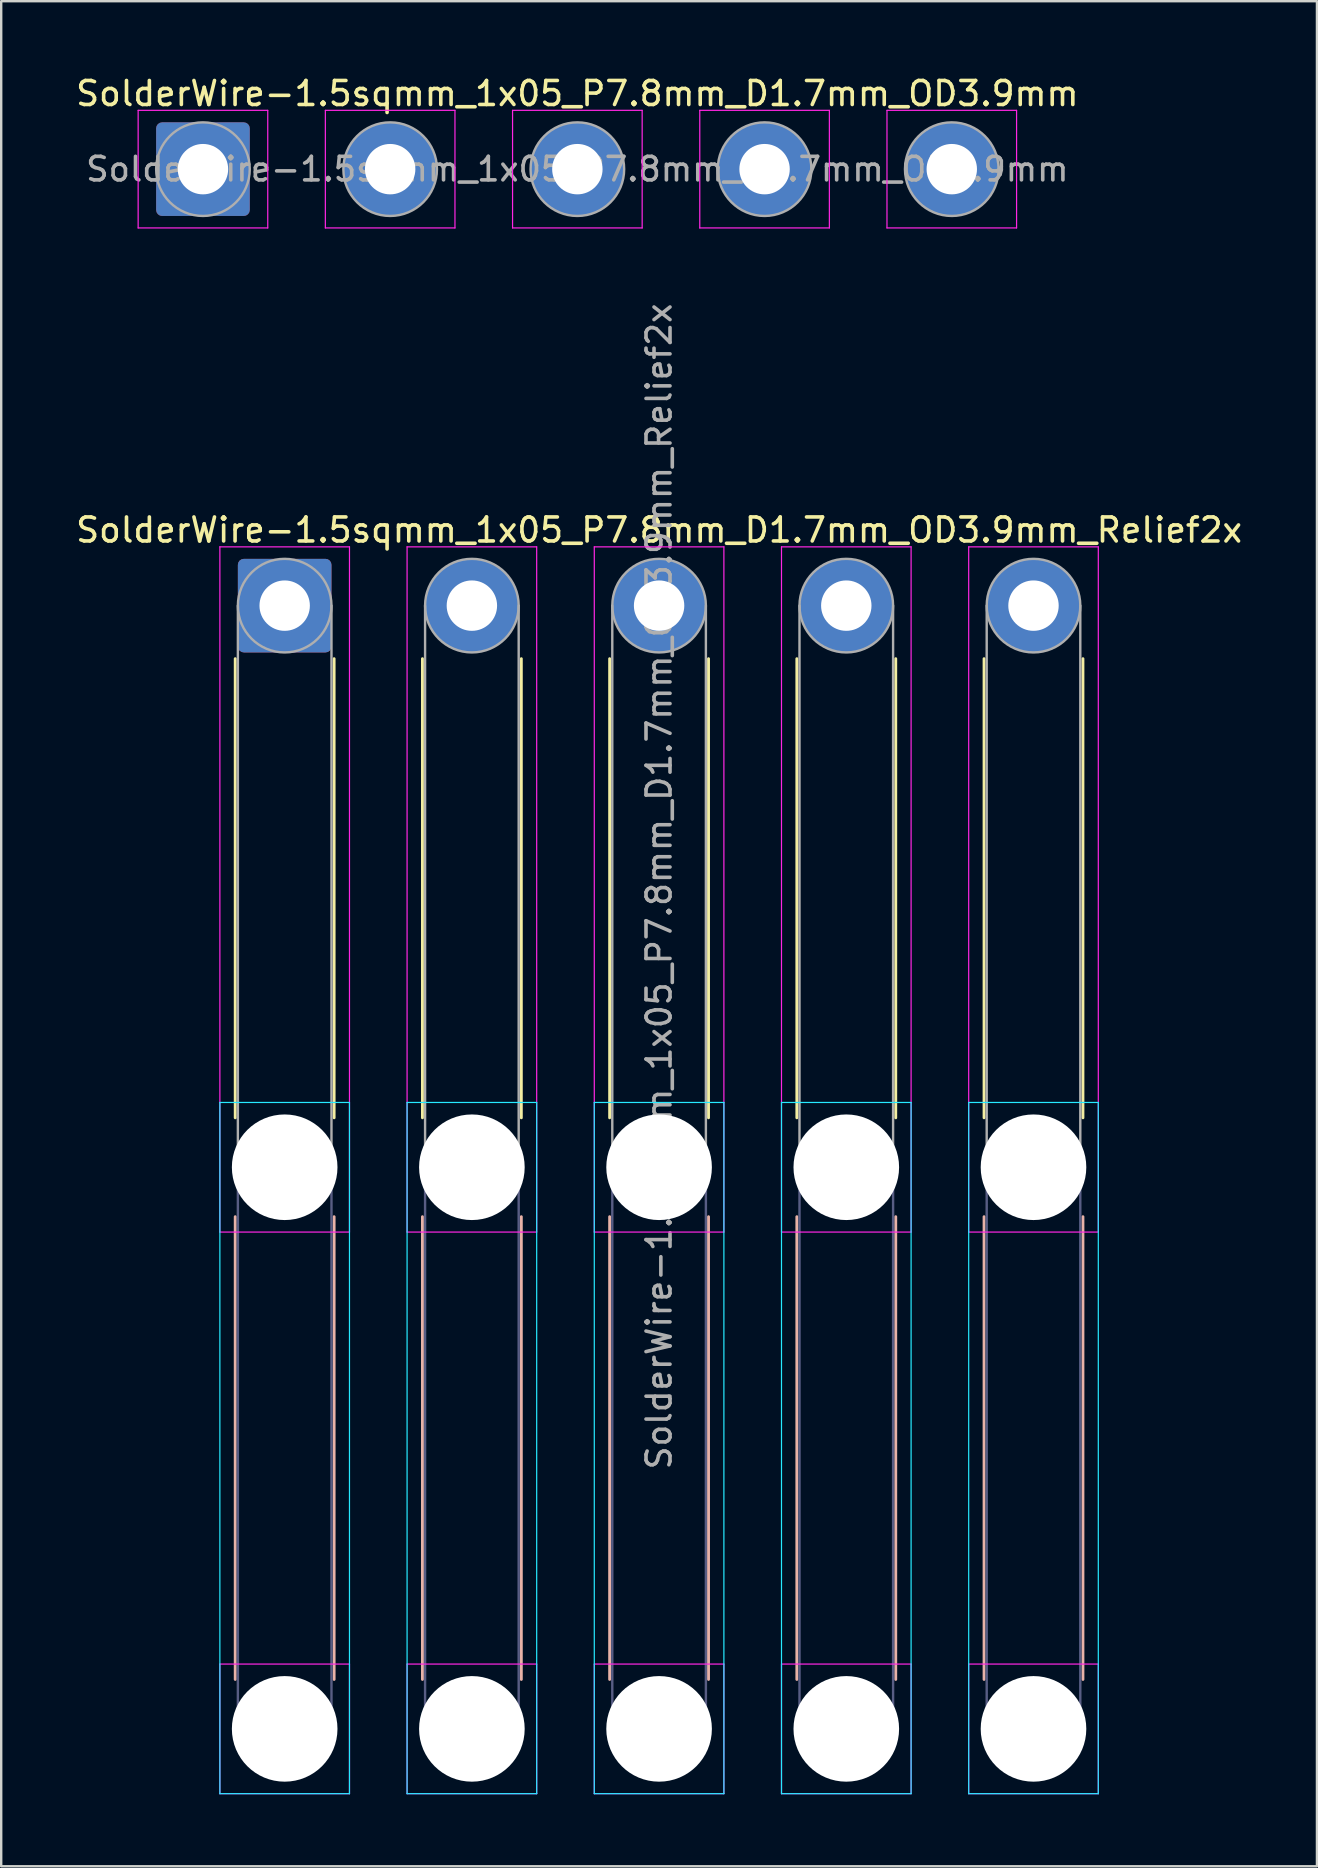
<source format=kicad_pcb>
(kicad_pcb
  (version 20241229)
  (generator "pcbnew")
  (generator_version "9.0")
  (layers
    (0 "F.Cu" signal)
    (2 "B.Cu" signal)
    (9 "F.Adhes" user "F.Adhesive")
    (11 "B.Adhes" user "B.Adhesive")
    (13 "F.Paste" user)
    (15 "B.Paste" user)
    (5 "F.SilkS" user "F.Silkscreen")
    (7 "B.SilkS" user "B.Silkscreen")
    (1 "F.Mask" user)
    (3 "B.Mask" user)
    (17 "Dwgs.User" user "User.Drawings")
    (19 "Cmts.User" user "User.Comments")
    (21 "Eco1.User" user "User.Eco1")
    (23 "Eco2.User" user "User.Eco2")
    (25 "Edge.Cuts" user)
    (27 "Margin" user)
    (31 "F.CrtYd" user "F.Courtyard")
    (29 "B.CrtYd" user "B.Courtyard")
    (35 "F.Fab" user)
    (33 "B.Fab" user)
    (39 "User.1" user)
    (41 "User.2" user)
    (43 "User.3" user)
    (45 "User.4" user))
  (footprint "SolderWire-1.5sqmm_1x05_P7.8mm_D1.7mm_OD3.9mm_Relief2x"
    (layer "F.Cu")
    (at 8.811 22.184)
    (property "Reference" "SolderWire-1.5sqmm_1x05_P7.8mm_D1.7mm_OD3.9mm_Relief2x" (at 15.6 -3.15 0) (layer "F.SilkS") (effects (font (size 1 1) (thickness 0.15))))
    (attr exclude_from_pos_files exclude_from_bom)
    (fp_line (start -2.06 2.21) (end -2.06 21.34) (stroke (width 0.12) (type solid)) (layer "F.SilkS"))
    (fp_line (start 2.06 2.21) (end 2.06 21.34) (stroke (width 0.12) (type solid)) (layer "F.SilkS"))
    (fp_line (start 5.74 2.21) (end 5.74 21.34) (stroke (width 0.12) (type solid)) (layer "F.SilkS"))
    (fp_line (start 9.86 2.21) (end 9.86 21.34) (stroke (width 0.12) (type solid)) (layer "F.SilkS"))
    (fp_line (start 13.54 2.21) (end 13.54 21.34) (stroke (width 0.12) (type solid)) (layer "F.SilkS"))
    (fp_line (start 17.66 2.21) (end 17.66 21.34) (stroke (width 0.12) (type solid)) (layer "F.SilkS"))
    (fp_line (start 21.34 2.21) (end 21.34 21.34) (stroke (width 0.12) (type solid)) (layer "F.SilkS"))
    (fp_line (start 25.46 2.21) (end 25.46 21.34) (stroke (width 0.12) (type solid)) (layer "F.SilkS"))
    (fp_line (start 29.14 2.21) (end 29.14 21.34) (stroke (width 0.12) (type solid)) (layer "F.SilkS"))
    (fp_line (start 33.26 2.21) (end 33.26 21.34) (stroke (width 0.12) (type solid)) (layer "F.SilkS"))
    (fp_line (start -2.06 25.46) (end -2.06 44.74) (stroke (width 0.12) (type solid)) (layer "B.SilkS"))
    (fp_line (start 2.06 25.46) (end 2.06 44.74) (stroke (width 0.12) (type solid)) (layer "B.SilkS"))
    (fp_line (start 5.74 25.46) (end 5.74 44.74) (stroke (width 0.12) (type solid)) (layer "B.SilkS"))
    (fp_line (start 9.86 25.46) (end 9.86 44.74) (stroke (width 0.12) (type solid)) (layer "B.SilkS"))
    (fp_line (start 13.54 25.46) (end 13.54 44.74) (stroke (width 0.12) (type solid)) (layer "B.SilkS"))
    (fp_line (start 17.66 25.46) (end 17.66 44.74) (stroke (width 0.12) (type solid)) (layer "B.SilkS"))
    (fp_line (start 21.34 25.46) (end 21.34 44.74) (stroke (width 0.12) (type solid)) (layer "B.SilkS"))
    (fp_line (start 25.46 25.46) (end 25.46 44.74) (stroke (width 0.12) (type solid)) (layer "B.SilkS"))
    (fp_line (start 29.14 25.46) (end 29.14 44.74) (stroke (width 0.12) (type solid)) (layer "B.SilkS"))
    (fp_line (start 33.26 25.46) (end 33.26 44.74) (stroke (width 0.12) (type solid)) (layer "B.SilkS"))
    (fp_line (start -2.7 20.7) (end -2.7 49.5) (stroke (width 0.05) (type solid)) (layer "B.CrtYd"))
    (fp_line (start -2.7 49.5) (end 2.7 49.5) (stroke (width 0.05) (type solid)) (layer "B.CrtYd"))
    (fp_line (start 2.7 20.7) (end -2.7 20.7) (stroke (width 0.05) (type solid)) (layer "B.CrtYd"))
    (fp_line (start 2.7 49.5) (end 2.7 20.7) (stroke (width 0.05) (type solid)) (layer "B.CrtYd"))
    (fp_line (start 5.1 20.7) (end 5.1 49.5) (stroke (width 0.05) (type solid)) (layer "B.CrtYd"))
    (fp_line (start 5.1 49.5) (end 10.5 49.5) (stroke (width 0.05) (type solid)) (layer "B.CrtYd"))
    (fp_line (start 10.5 20.7) (end 5.1 20.7) (stroke (width 0.05) (type solid)) (layer "B.CrtYd"))
    (fp_line (start 10.5 49.5) (end 10.5 20.7) (stroke (width 0.05) (type solid)) (layer "B.CrtYd"))
    (fp_line (start 12.9 20.7) (end 12.9 49.5) (stroke (width 0.05) (type solid)) (layer "B.CrtYd"))
    (fp_line (start 12.9 49.5) (end 18.3 49.5) (stroke (width 0.05) (type solid)) (layer "B.CrtYd"))
    (fp_line (start 18.3 20.7) (end 12.9 20.7) (stroke (width 0.05) (type solid)) (layer "B.CrtYd"))
    (fp_line (start 18.3 49.5) (end 18.3 20.7) (stroke (width 0.05) (type solid)) (layer "B.CrtYd"))
    (fp_line (start 20.7 20.7) (end 20.7 49.5) (stroke (width 0.05) (type solid)) (layer "B.CrtYd"))
    (fp_line (start 20.7 49.5) (end 26.1 49.5) (stroke (width 0.05) (type solid)) (layer "B.CrtYd"))
    (fp_line (start 26.1 20.7) (end 20.7 20.7) (stroke (width 0.05) (type solid)) (layer "B.CrtYd"))
    (fp_line (start 26.1 49.5) (end 26.1 20.7) (stroke (width 0.05) (type solid)) (layer "B.CrtYd"))
    (fp_line (start 28.5 20.7) (end 28.5 49.5) (stroke (width 0.05) (type solid)) (layer "B.CrtYd"))
    (fp_line (start 28.5 49.5) (end 33.9 49.5) (stroke (width 0.05) (type solid)) (layer "B.CrtYd"))
    (fp_line (start 33.9 20.7) (end 28.5 20.7) (stroke (width 0.05) (type solid)) (layer "B.CrtYd"))
    (fp_line (start 33.9 49.5) (end 33.9 20.7) (stroke (width 0.05) (type solid)) (layer "B.CrtYd"))
    (fp_line (start -2.7 -2.45) (end -2.7 26.1) (stroke (width 0.05) (type solid)) (layer "F.CrtYd"))
    (fp_line (start -2.7 26.1) (end 2.7 26.1) (stroke (width 0.05) (type solid)) (layer "F.CrtYd"))
    (fp_line (start -2.7 44.1) (end -2.7 49.5) (stroke (width 0.05) (type solid)) (layer "F.CrtYd"))
    (fp_line (start -2.7 49.5) (end 2.7 49.5) (stroke (width 0.05) (type solid)) (layer "F.CrtYd"))
    (fp_line (start 2.7 -2.45) (end -2.7 -2.45) (stroke (width 0.05) (type solid)) (layer "F.CrtYd"))
    (fp_line (start 2.7 26.1) (end 2.7 -2.45) (stroke (width 0.05) (type solid)) (layer "F.CrtYd"))
    (fp_line (start 2.7 44.1) (end -2.7 44.1) (stroke (width 0.05) (type solid)) (layer "F.CrtYd"))
    (fp_line (start 2.7 49.5) (end 2.7 44.1) (stroke (width 0.05) (type solid)) (layer "F.CrtYd"))
    (fp_line (start 5.1 -2.45) (end 5.1 26.1) (stroke (width 0.05) (type solid)) (layer "F.CrtYd"))
    (fp_line (start 5.1 26.1) (end 10.5 26.1) (stroke (width 0.05) (type solid)) (layer "F.CrtYd"))
    (fp_line (start 5.1 44.1) (end 5.1 49.5) (stroke (width 0.05) (type solid)) (layer "F.CrtYd"))
    (fp_line (start 5.1 49.5) (end 10.5 49.5) (stroke (width 0.05) (type solid)) (layer "F.CrtYd"))
    (fp_line (start 10.5 -2.45) (end 5.1 -2.45) (stroke (width 0.05) (type solid)) (layer "F.CrtYd"))
    (fp_line (start 10.5 26.1) (end 10.5 -2.45) (stroke (width 0.05) (type solid)) (layer "F.CrtYd"))
    (fp_line (start 10.5 44.1) (end 5.1 44.1) (stroke (width 0.05) (type solid)) (layer "F.CrtYd"))
    (fp_line (start 10.5 49.5) (end 10.5 44.1) (stroke (width 0.05) (type solid)) (layer "F.CrtYd"))
    (fp_line (start 12.9 -2.45) (end 12.9 26.1) (stroke (width 0.05) (type solid)) (layer "F.CrtYd"))
    (fp_line (start 12.9 26.1) (end 18.3 26.1) (stroke (width 0.05) (type solid)) (layer "F.CrtYd"))
    (fp_line (start 12.9 44.1) (end 12.9 49.5) (stroke (width 0.05) (type solid)) (layer "F.CrtYd"))
    (fp_line (start 12.9 49.5) (end 18.3 49.5) (stroke (width 0.05) (type solid)) (layer "F.CrtYd"))
    (fp_line (start 18.3 -2.45) (end 12.9 -2.45) (stroke (width 0.05) (type solid)) (layer "F.CrtYd"))
    (fp_line (start 18.3 26.1) (end 18.3 -2.45) (stroke (width 0.05) (type solid)) (layer "F.CrtYd"))
    (fp_line (start 18.3 44.1) (end 12.9 44.1) (stroke (width 0.05) (type solid)) (layer "F.CrtYd"))
    (fp_line (start 18.3 49.5) (end 18.3 44.1) (stroke (width 0.05) (type solid)) (layer "F.CrtYd"))
    (fp_line (start 20.7 -2.45) (end 20.7 26.1) (stroke (width 0.05) (type solid)) (layer "F.CrtYd"))
    (fp_line (start 20.7 26.1) (end 26.1 26.1) (stroke (width 0.05) (type solid)) (layer "F.CrtYd"))
    (fp_line (start 20.7 44.1) (end 20.7 49.5) (stroke (width 0.05) (type solid)) (layer "F.CrtYd"))
    (fp_line (start 20.7 49.5) (end 26.1 49.5) (stroke (width 0.05) (type solid)) (layer "F.CrtYd"))
    (fp_line (start 26.1 -2.45) (end 20.7 -2.45) (stroke (width 0.05) (type solid)) (layer "F.CrtYd"))
    (fp_line (start 26.1 26.1) (end 26.1 -2.45) (stroke (width 0.05) (type solid)) (layer "F.CrtYd"))
    (fp_line (start 26.1 44.1) (end 20.7 44.1) (stroke (width 0.05) (type solid)) (layer "F.CrtYd"))
    (fp_line (start 26.1 49.5) (end 26.1 44.1) (stroke (width 0.05) (type solid)) (layer "F.CrtYd"))
    (fp_line (start 28.5 -2.45) (end 28.5 26.1) (stroke (width 0.05) (type solid)) (layer "F.CrtYd"))
    (fp_line (start 28.5 26.1) (end 33.9 26.1) (stroke (width 0.05) (type solid)) (layer "F.CrtYd"))
    (fp_line (start 28.5 44.1) (end 28.5 49.5) (stroke (width 0.05) (type solid)) (layer "F.CrtYd"))
    (fp_line (start 28.5 49.5) (end 33.9 49.5) (stroke (width 0.05) (type solid)) (layer "F.CrtYd"))
    (fp_line (start 33.9 -2.45) (end 28.5 -2.45) (stroke (width 0.05) (type solid)) (layer "F.CrtYd"))
    (fp_line (start 33.9 26.1) (end 33.9 -2.45) (stroke (width 0.05) (type solid)) (layer "F.CrtYd"))
    (fp_line (start 33.9 44.1) (end 28.5 44.1) (stroke (width 0.05) (type solid)) (layer "F.CrtYd"))
    (fp_line (start 33.9 49.5) (end 33.9 44.1) (stroke (width 0.05) (type solid)) (layer "F.CrtYd"))
    (fp_line (start -1.95 23.4) (end -1.95 46.8) (stroke (width 0.1) (type solid)) (layer "B.Fab"))
    (fp_line (start 1.95 23.4) (end 1.95 46.8) (stroke (width 0.1) (type solid)) (layer "B.Fab"))
    (fp_line (start 5.85 23.4) (end 5.85 46.8) (stroke (width 0.1) (type solid)) (layer "B.Fab"))
    (fp_line (start 9.75 23.4) (end 9.75 46.8) (stroke (width 0.1) (type solid)) (layer "B.Fab"))
    (fp_line (start 13.65 23.4) (end 13.65 46.8) (stroke (width 0.1) (type solid)) (layer "B.Fab"))
    (fp_line (start 17.55 23.4) (end 17.55 46.8) (stroke (width 0.1) (type solid)) (layer "B.Fab"))
    (fp_line (start 21.45 23.4) (end 21.45 46.8) (stroke (width 0.1) (type solid)) (layer "B.Fab"))
    (fp_line (start 25.35 23.4) (end 25.35 46.8) (stroke (width 0.1) (type solid)) (layer "B.Fab"))
    (fp_line (start 29.25 23.4) (end 29.25 46.8) (stroke (width 0.1) (type solid)) (layer "B.Fab"))
    (fp_line (start 33.15 23.4) (end 33.15 46.8) (stroke (width 0.1) (type solid)) (layer "B.Fab"))
    (fp_circle (center 0 23.4) (end 1.95 23.4) (stroke (width 0.1) (type solid)) (fill no) (layer "B.Fab"))
    (fp_circle (center 0 46.8) (end 1.95 46.8) (stroke (width 0.1) (type solid)) (fill no) (layer "B.Fab"))
    (fp_circle (center 7.8 23.4) (end 9.75 23.4) (stroke (width 0.1) (type solid)) (fill no) (layer "B.Fab"))
    (fp_circle (center 7.8 46.8) (end 9.75 46.8) (stroke (width 0.1) (type solid)) (fill no) (layer "B.Fab"))
    (fp_circle (center 15.6 23.4) (end 17.55 23.4) (stroke (width 0.1) (type solid)) (fill no) (layer "B.Fab"))
    (fp_circle (center 15.6 46.8) (end 17.55 46.8) (stroke (width 0.1) (type solid)) (fill no) (layer "B.Fab"))
    (fp_circle (center 23.4 23.4) (end 25.35 23.4) (stroke (width 0.1) (type solid)) (fill no) (layer "B.Fab"))
    (fp_circle (center 23.4 46.8) (end 25.35 46.8) (stroke (width 0.1) (type solid)) (fill no) (layer "B.Fab"))
    (fp_circle (center 31.2 23.4) (end 33.15 23.4) (stroke (width 0.1) (type solid)) (fill no) (layer "B.Fab"))
    (fp_circle (center 31.2 46.8) (end 33.15 46.8) (stroke (width 0.1) (type solid)) (fill no) (layer "B.Fab"))
    (fp_line (start -1.95 0) (end -1.95 23.4) (stroke (width 0.1) (type solid)) (layer "F.Fab"))
    (fp_line (start 1.95 0) (end 1.95 23.4) (stroke (width 0.1) (type solid)) (layer "F.Fab"))
    (fp_line (start 5.85 0) (end 5.85 23.4) (stroke (width 0.1) (type solid)) (layer "F.Fab"))
    (fp_line (start 9.75 0) (end 9.75 23.4) (stroke (width 0.1) (type solid)) (layer "F.Fab"))
    (fp_line (start 13.65 0) (end 13.65 23.4) (stroke (width 0.1) (type solid)) (layer "F.Fab"))
    (fp_line (start 17.55 0) (end 17.55 23.4) (stroke (width 0.1) (type solid)) (layer "F.Fab"))
    (fp_line (start 21.45 0) (end 21.45 23.4) (stroke (width 0.1) (type solid)) (layer "F.Fab"))
    (fp_line (start 25.35 0) (end 25.35 23.4) (stroke (width 0.1) (type solid)) (layer "F.Fab"))
    (fp_line (start 29.25 0) (end 29.25 23.4) (stroke (width 0.1) (type solid)) (layer "F.Fab"))
    (fp_line (start 33.15 0) (end 33.15 23.4) (stroke (width 0.1) (type solid)) (layer "F.Fab"))
    (fp_circle (center 0 0) (end 1.95 0) (stroke (width 0.1) (type solid)) (fill no) (layer "F.Fab"))
    (fp_circle (center 0 23.4) (end 1.95 23.4) (stroke (width 0.1) (type solid)) (fill no) (layer "F.Fab"))
    (fp_circle (center 0 46.8) (end 1.95 46.8) (stroke (width 0.1) (type solid)) (fill no) (layer "F.Fab"))
    (fp_circle (center 7.8 0) (end 9.75 0) (stroke (width 0.1) (type solid)) (fill no) (layer "F.Fab"))
    (fp_circle (center 7.8 23.4) (end 9.75 23.4) (stroke (width 0.1) (type solid)) (fill no) (layer "F.Fab"))
    (fp_circle (center 7.8 46.8) (end 9.75 46.8) (stroke (width 0.1) (type solid)) (fill no) (layer "F.Fab"))
    (fp_circle (center 15.6 0) (end 17.55 0) (stroke (width 0.1) (type solid)) (fill no) (layer "F.Fab"))
    (fp_circle (center 15.6 23.4) (end 17.55 23.4) (stroke (width 0.1) (type solid)) (fill no) (layer "F.Fab"))
    (fp_circle (center 15.6 46.8) (end 17.55 46.8) (stroke (width 0.1) (type solid)) (fill no) (layer "F.Fab"))
    (fp_circle (center 23.4 0) (end 25.35 0) (stroke (width 0.1) (type solid)) (fill no) (layer "F.Fab"))
    (fp_circle (center 23.4 23.4) (end 25.35 23.4) (stroke (width 0.1) (type solid)) (fill no) (layer "F.Fab"))
    (fp_circle (center 23.4 46.8) (end 25.35 46.8) (stroke (width 0.1) (type solid)) (fill no) (layer "F.Fab"))
    (fp_circle (center 31.2 0) (end 33.15 0) (stroke (width 0.1) (type solid)) (fill no) (layer "F.Fab"))
    (fp_circle (center 31.2 23.4) (end 33.15 23.4) (stroke (width 0.1) (type solid)) (fill no) (layer "F.Fab"))
    (fp_circle (center 31.2 46.8) (end 33.15 46.8) (stroke (width 0.1) (type solid)) (fill no) (layer "F.Fab"))
    (fp_text user "${REFERENCE}" (at 15.6 11.7 90) (layer "F.Fab") (effects (font (size 1 1) (thickness 0.15))))
    (pad "" np_thru_hole circle (at 0 23.4) (size 4.4 4.4) (drill 4.4) (layers "*.Cu" "*.Mask"))
    (pad "" np_thru_hole circle (at 0 46.8) (size 4.4 4.4) (drill 4.4) (layers "*.Cu" "*.Mask"))
    (pad "" np_thru_hole circle (at 7.8 23.4) (size 4.4 4.4) (drill 4.4) (layers "*.Cu" "*.Mask"))
    (pad "" np_thru_hole circle (at 7.8 46.8) (size 4.4 4.4) (drill 4.4) (layers "*.Cu" "*.Mask"))
    (pad "" np_thru_hole circle (at 15.6 23.4) (size 4.4 4.4) (drill 4.4) (layers "*.Cu" "*.Mask"))
    (pad "" np_thru_hole circle (at 15.6 46.8) (size 4.4 4.4) (drill 4.4) (layers "*.Cu" "*.Mask"))
    (pad "" np_thru_hole circle (at 23.4 23.4) (size 4.4 4.4) (drill 4.4) (layers "*.Cu" "*.Mask"))
    (pad "" np_thru_hole circle (at 23.4 46.8) (size 4.4 4.4) (drill 4.4) (layers "*.Cu" "*.Mask"))
    (pad "" np_thru_hole circle (at 31.2 23.4) (size 4.4 4.4) (drill 4.4) (layers "*.Cu" "*.Mask"))
    (pad "" np_thru_hole circle (at 31.2 46.8) (size 4.4 4.4) (drill 4.4) (layers "*.Cu" "*.Mask"))
    (pad "1" thru_hole roundrect (at 0 0) (size 3.9 3.9) (drill 2.1) (layers "*.Cu" "*.Mask") (roundrect_rratio 0.064))
    (pad "2" thru_hole circle (at 7.8 0) (size 3.9 3.9) (drill 2.1) (layers "*.Cu" "*.Mask"))
    (pad "3" thru_hole circle (at 15.6 0) (size 3.9 3.9) (drill 2.1) (layers "*.Cu" "*.Mask"))
    (pad "4" thru_hole circle (at 23.4 0) (size 3.9 3.9) (drill 2.1) (layers "*.Cu" "*.Mask"))
    (pad "5" thru_hole circle (at 31.2 0) (size 3.9 3.9) (drill 2.1) (layers "*.Cu" "*.Mask")))
  (footprint "SolderWire-1.5sqmm_1x05_P7.8mm_D1.7mm_OD3.9mm"
    (layer "F.Cu")
    (at 5.406 3.998)
    (property "Reference" "SolderWire-1.5sqmm_1x05_P7.8mm_D1.7mm_OD3.9mm" (at 15.6 -3.15 0) (layer "F.SilkS") (effects (font (size 1 1) (thickness 0.15))))
    (attr exclude_from_pos_files exclude_from_bom)
    (fp_line (start -2.7 -2.45) (end -2.7 2.45) (stroke (width 0.05) (type solid)) (layer "F.CrtYd"))
    (fp_line (start -2.7 2.45) (end 2.7 2.45) (stroke (width 0.05) (type solid)) (layer "F.CrtYd"))
    (fp_line (start 2.7 -2.45) (end -2.7 -2.45) (stroke (width 0.05) (type solid)) (layer "F.CrtYd"))
    (fp_line (start 2.7 2.45) (end 2.7 -2.45) (stroke (width 0.05) (type solid)) (layer "F.CrtYd"))
    (fp_line (start 5.1 -2.45) (end 5.1 2.45) (stroke (width 0.05) (type solid)) (layer "F.CrtYd"))
    (fp_line (start 5.1 2.45) (end 10.5 2.45) (stroke (width 0.05) (type solid)) (layer "F.CrtYd"))
    (fp_line (start 10.5 -2.45) (end 5.1 -2.45) (stroke (width 0.05) (type solid)) (layer "F.CrtYd"))
    (fp_line (start 10.5 2.45) (end 10.5 -2.45) (stroke (width 0.05) (type solid)) (layer "F.CrtYd"))
    (fp_line (start 12.9 -2.45) (end 12.9 2.45) (stroke (width 0.05) (type solid)) (layer "F.CrtYd"))
    (fp_line (start 12.9 2.45) (end 18.3 2.45) (stroke (width 0.05) (type solid)) (layer "F.CrtYd"))
    (fp_line (start 18.3 -2.45) (end 12.9 -2.45) (stroke (width 0.05) (type solid)) (layer "F.CrtYd"))
    (fp_line (start 18.3 2.45) (end 18.3 -2.45) (stroke (width 0.05) (type solid)) (layer "F.CrtYd"))
    (fp_line (start 20.7 -2.45) (end 20.7 2.45) (stroke (width 0.05) (type solid)) (layer "F.CrtYd"))
    (fp_line (start 20.7 2.45) (end 26.1 2.45) (stroke (width 0.05) (type solid)) (layer "F.CrtYd"))
    (fp_line (start 26.1 -2.45) (end 20.7 -2.45) (stroke (width 0.05) (type solid)) (layer "F.CrtYd"))
    (fp_line (start 26.1 2.45) (end 26.1 -2.45) (stroke (width 0.05) (type solid)) (layer "F.CrtYd"))
    (fp_line (start 28.5 -2.45) (end 28.5 2.45) (stroke (width 0.05) (type solid)) (layer "F.CrtYd"))
    (fp_line (start 28.5 2.45) (end 33.9 2.45) (stroke (width 0.05) (type solid)) (layer "F.CrtYd"))
    (fp_line (start 33.9 -2.45) (end 28.5 -2.45) (stroke (width 0.05) (type solid)) (layer "F.CrtYd"))
    (fp_line (start 33.9 2.45) (end 33.9 -2.45) (stroke (width 0.05) (type solid)) (layer "F.CrtYd"))
    (fp_circle (center 0 0) (end 1.95 0) (stroke (width 0.1) (type solid)) (fill no) (layer "F.Fab"))
    (fp_circle (center 7.8 0) (end 9.75 0) (stroke (width 0.1) (type solid)) (fill no) (layer "F.Fab"))
    (fp_circle (center 15.6 0) (end 17.55 0) (stroke (width 0.1) (type solid)) (fill no) (layer "F.Fab"))
    (fp_circle (center 23.4 0) (end 25.35 0) (stroke (width 0.1) (type solid)) (fill no) (layer "F.Fab"))
    (fp_circle (center 31.2 0) (end 33.15 0) (stroke (width 0.1) (type solid)) (fill no) (layer "F.Fab"))
    (fp_text user "${REFERENCE}" (at 15.6 0 0) (layer "F.Fab") (effects (font (size 0.98 0.98) (thickness 0.15))))
    (pad "1" thru_hole roundrect (at 0 0) (size 3.9 3.9) (drill 2.1) (layers "*.Cu" "*.Mask") (roundrect_rratio 0.064))
    (pad "2" thru_hole circle (at 7.8 0) (size 3.9 3.9) (drill 2.1) (layers "*.Cu" "*.Mask"))
    (pad "3" thru_hole circle (at 15.6 0) (size 3.9 3.9) (drill 2.1) (layers "*.Cu" "*.Mask"))
    (pad "4" thru_hole circle (at 23.4 0) (size 3.9 3.9) (drill 2.1) (layers "*.Cu" "*.Mask"))
    (pad "5" thru_hole circle (at 31.2 0) (size 3.9 3.9) (drill 2.1) (layers "*.Cu" "*.Mask")))
  (gr_rect
    (start -3 -3)
    (end 51.821 74.709)
    (stroke (width 0.1) (type default))
    (fill no)
    (layer "Edge.Cuts")))
</source>
